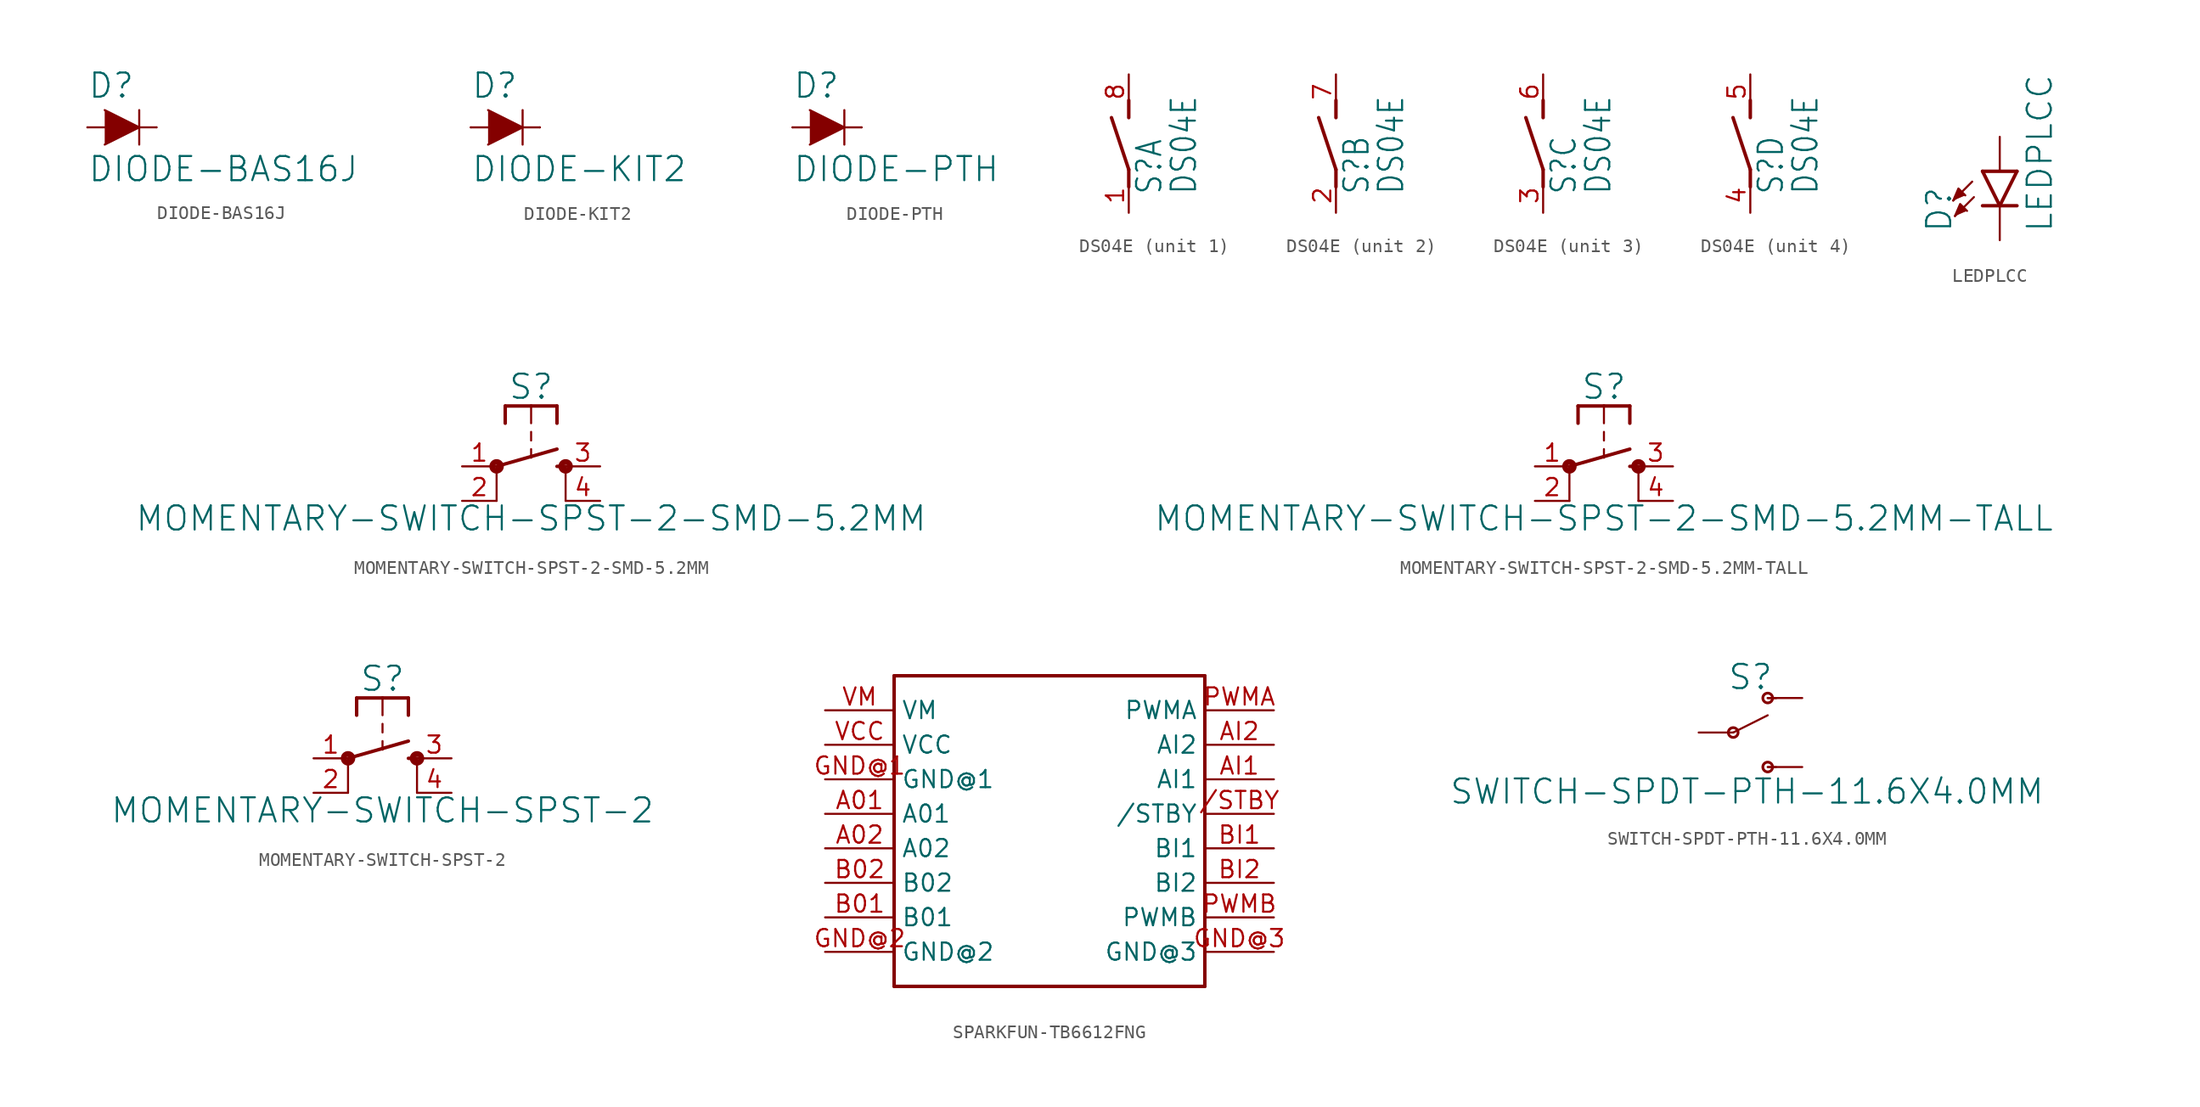
<source format=kicad_sym>
(kicad_symbol_lib
  (version 20211014)
  (generator kicad_symbol_editor)
  (symbol "DIODE-BAS16J"
    (property "Reference" "D"
      (at -2.54 2.032 0)
      (effects (font (size 1.778 1.778)) (justify left bottom)))
    (property "Value" "DIODE-BAS16J"
      (at -2.54 -2.032 0)
      (effects (font (size 1.778 1.778)) (justify left top)))
    (property "ki_locked" ""
      (at 0 0 0)
      (effects (font (size 1.27 1.27))))
    (symbol "DIODE-BAS16J_1_0"
      (polyline (pts (xy -2.54 0) (xy -1.27 0)) (stroke (width 0.152) (type default) (color 0 0 0 0)) (fill (type none)))
      (polyline (pts (xy 1.27 0) (xy 1.27 -1.27)) (stroke (width 0.152) (type default) (color 0 0 0 0)) (fill (type none)))
      (polyline (pts (xy 1.27 1.27) (xy 1.27 0)) (stroke (width 0.152) (type default) (color 0 0 0 0)) (fill (type none)))
      (polyline (pts (xy 2.54 0) (xy 1.27 0)) (stroke (width 0.152) (type default) (color 0 0 0 0)) (fill (type none)))
      (polyline (pts (xy -1.27 1.27) (xy 1.27 0) (xy -1.27 -1.27)) (stroke (width 0) (type default) (color 0 0 0 0)) (fill (type outline)))
      (pin passive line (at -2.54 0 0) (length 0) (name "A" (effects (font (size 0 0)))) (number "A" (effects (font (size 0 0)))))
      (pin passive line (at 2.54 0 180) (length 0) (name "C" (effects (font (size 0 0)))) (number "C" (effects (font (size 0 0)))))))
  (symbol "DIODE-KIT2"
    (property "Reference" "D"
      (at -2.54 2.032 0)
      (effects (font (size 1.778 1.778)) (justify left bottom)))
    (property "Value" "DIODE-KIT2"
      (at -2.54 -2.032 0)
      (effects (font (size 1.778 1.778)) (justify left top)))
    (property "ki_locked" ""
      (at 0 0 0)
      (effects (font (size 1.27 1.27))))
    (symbol "DIODE-KIT2_1_0"
      (polyline (pts (xy -2.54 0) (xy -1.27 0)) (stroke (width 0.152) (type default) (color 0 0 0 0)) (fill (type none)))
      (polyline (pts (xy 1.27 0) (xy 1.27 -1.27)) (stroke (width 0.152) (type default) (color 0 0 0 0)) (fill (type none)))
      (polyline (pts (xy 1.27 1.27) (xy 1.27 0)) (stroke (width 0.152) (type default) (color 0 0 0 0)) (fill (type none)))
      (polyline (pts (xy 2.54 0) (xy 1.27 0)) (stroke (width 0.152) (type default) (color 0 0 0 0)) (fill (type none)))
      (polyline (pts (xy -1.27 1.27) (xy 1.27 0) (xy -1.27 -1.27)) (stroke (width 0) (type default) (color 0 0 0 0)) (fill (type outline)))
      (pin passive line (at -2.54 0 0) (length 0) (name "A" (effects (font (size 0 0)))) (number "A" (effects (font (size 0 0)))))
      (pin passive line (at 2.54 0 180) (length 0) (name "C" (effects (font (size 0 0)))) (number "C" (effects (font (size 0 0)))))))
  (symbol "DIODE-PTH"
    (property "Reference" "D"
      (at -2.54 2.032 0)
      (effects (font (size 1.778 1.778)) (justify left bottom)))
    (property "Value" "DIODE-PTH"
      (at -2.54 -2.032 0)
      (effects (font (size 1.778 1.778)) (justify left top)))
    (property "ki_locked" ""
      (at 0 0 0)
      (effects (font (size 1.27 1.27))))
    (symbol "DIODE-PTH_1_0"
      (polyline (pts (xy -2.54 0) (xy -1.27 0)) (stroke (width 0.152) (type default) (color 0 0 0 0)) (fill (type none)))
      (polyline (pts (xy 1.27 0) (xy 1.27 -1.27)) (stroke (width 0.152) (type default) (color 0 0 0 0)) (fill (type none)))
      (polyline (pts (xy 1.27 1.27) (xy 1.27 0)) (stroke (width 0.152) (type default) (color 0 0 0 0)) (fill (type none)))
      (polyline (pts (xy 2.54 0) (xy 1.27 0)) (stroke (width 0.152) (type default) (color 0 0 0 0)) (fill (type none)))
      (polyline (pts (xy -1.27 1.27) (xy 1.27 0) (xy -1.27 -1.27)) (stroke (width 0) (type default) (color 0 0 0 0)) (fill (type outline)))
      (pin passive line (at -2.54 0 0) (length 0) (name "A" (effects (font (size 0 0)))) (number "A" (effects (font (size 0 0)))))
      (pin passive line (at 2.54 0 180) (length 0) (name "C" (effects (font (size 0 0)))) (number "C" (effects (font (size 0 0)))))))
  (symbol "DS04E"
    (property "Reference" "S"
      (at 2.54 -3.81 90)
      (effects (font (size 1.778 1.511)) (justify left bottom)))
    (property "Value" "DS04E"
      (at 5.08 -3.81 90)
      (effects (font (size 1.778 1.511)) (justify left bottom)))
    (property "ki_locked" ""
      (at 0 0 0)
      (effects (font (size 1.27 1.27))))
    (symbol "DS04E_1_0"
      (polyline (pts (xy 0 -3.175) (xy 0 -1.905)) (stroke (width 0.254) (type default) (color 0 0 0 0)) (fill (type none)))
      (polyline (pts (xy 0 -1.905) (xy -1.27 1.905)) (stroke (width 0.254) (type default) (color 0 0 0 0)) (fill (type none)))
      (polyline (pts (xy 0 1.905) (xy 0 3.175)) (stroke (width 0.254) (type default) (color 0 0 0 0)) (fill (type none)))
      (pin passive line (at 0 -5.08 90) (length 2.54) (name "1" (effects (font (size 0 0)))) (number "1" (effects (font (size 1.27 1.27)))))
      (pin passive line (at 0 5.08 270) (length 2.54) (name "2" (effects (font (size 0 0)))) (number "8" (effects (font (size 1.27 1.27))))))
    (symbol "DS04E_2_0"
      (polyline (pts (xy 0 -3.175) (xy 0 -1.905)) (stroke (width 0.254) (type default) (color 0 0 0 0)) (fill (type none)))
      (polyline (pts (xy 0 -1.905) (xy -1.27 1.905)) (stroke (width 0.254) (type default) (color 0 0 0 0)) (fill (type none)))
      (polyline (pts (xy 0 1.905) (xy 0 3.175)) (stroke (width 0.254) (type default) (color 0 0 0 0)) (fill (type none)))
      (pin passive line (at 0 -5.08 90) (length 2.54) (name "1" (effects (font (size 0 0)))) (number "2" (effects (font (size 1.27 1.27)))))
      (pin passive line (at 0 5.08 270) (length 2.54) (name "2" (effects (font (size 0 0)))) (number "7" (effects (font (size 1.27 1.27))))))
    (symbol "DS04E_3_0"
      (polyline (pts (xy 0 -3.175) (xy 0 -1.905)) (stroke (width 0.254) (type default) (color 0 0 0 0)) (fill (type none)))
      (polyline (pts (xy 0 -1.905) (xy -1.27 1.905)) (stroke (width 0.254) (type default) (color 0 0 0 0)) (fill (type none)))
      (polyline (pts (xy 0 1.905) (xy 0 3.175)) (stroke (width 0.254) (type default) (color 0 0 0 0)) (fill (type none)))
      (pin passive line (at 0 -5.08 90) (length 2.54) (name "1" (effects (font (size 0 0)))) (number "3" (effects (font (size 1.27 1.27)))))
      (pin passive line (at 0 5.08 270) (length 2.54) (name "2" (effects (font (size 0 0)))) (number "6" (effects (font (size 1.27 1.27))))))
    (symbol "DS04E_4_0"
      (polyline (pts (xy 0 -3.175) (xy 0 -1.905)) (stroke (width 0.254) (type default) (color 0 0 0 0)) (fill (type none)))
      (polyline (pts (xy 0 -1.905) (xy -1.27 1.905)) (stroke (width 0.254) (type default) (color 0 0 0 0)) (fill (type none)))
      (polyline (pts (xy 0 1.905) (xy 0 3.175)) (stroke (width 0.254) (type default) (color 0 0 0 0)) (fill (type none)))
      (pin passive line (at 0 -5.08 90) (length 2.54) (name "1" (effects (font (size 0 0)))) (number "4" (effects (font (size 1.27 1.27)))))
      (pin passive line (at 0 5.08 270) (length 2.54) (name "2" (effects (font (size 0 0)))) (number "5" (effects (font (size 1.27 1.27)))))))
  (symbol "LEDPLCC"
    (property "Reference" "D"
      (at -3.429 -4.572 90)
      (effects (font (size 1.778 1.778)) (justify left bottom)))
    (property "Value" "LEDPLCC"
      (at 1.905 -4.572 90)
      (effects (font (size 1.778 1.778)) (justify left top)))
    (property "ki_locked" ""
      (at 0 0 0)
      (effects (font (size 1.27 1.27))))
    (symbol "LEDPLCC_1_0"
      (polyline (pts (xy -2.032 -0.762) (xy -3.429 -2.159)) (stroke (width 0.152) (type default) (color 0 0 0 0)) (fill (type none)))
      (polyline (pts (xy -1.905 -1.905) (xy -3.302 -3.302)) (stroke (width 0.152) (type default) (color 0 0 0 0)) (fill (type none)))
      (polyline (pts (xy 0 -2.54) (xy -1.27 -2.54)) (stroke (width 0.254) (type default) (color 0 0 0 0)) (fill (type none)))
      (polyline (pts (xy 0 -2.54) (xy -1.27 0)) (stroke (width 0.254) (type default) (color 0 0 0 0)) (fill (type none)))
      (polyline (pts (xy 1.27 -2.54) (xy 0 -2.54)) (stroke (width 0.254) (type default) (color 0 0 0 0)) (fill (type none)))
      (polyline (pts (xy 1.27 0) (xy -1.27 0)) (stroke (width 0.254) (type default) (color 0 0 0 0)) (fill (type none)))
      (polyline (pts (xy 1.27 0) (xy 0 -2.54)) (stroke (width 0.254) (type default) (color 0 0 0 0)) (fill (type none)))
      (polyline (pts (xy -3.429 -2.159) (xy -3.048 -1.27) (xy -2.54 -1.778)) (stroke (width 0) (type default) (color 0 0 0 0)) (fill (type outline)))
      (polyline (pts (xy -3.302 -3.302) (xy -2.921 -2.413) (xy -2.413 -2.921)) (stroke (width 0) (type default) (color 0 0 0 0)) (fill (type outline)))
      (pin passive line (at 0 -5.08 90) (length 2.54) (name "C" (effects (font (size 0 0)))) (number "1" (effects (font (size 0 0)))))
      (pin passive line (at 0 2.54 270) (length 2.54) (name "A" (effects (font (size 0 0)))) (number "2" (effects (font (size 0 0)))))))
  (symbol "MOMENTARY-SWITCH-SPST-2-SMD-5.2MM"
    (property "Reference" "S"
      (at 0 4.826 0)
      (effects (font (size 1.778 1.778)) (justify bottom)))
    (property "Value" "MOMENTARY-SWITCH-SPST-2-SMD-5.2MM"
      (at 0 -2.794 0)
      (effects (font (size 1.778 1.778)) (justify top)))
    (property "ki_locked" ""
      (at 0 0 0)
      (effects (font (size 1.27 1.27))))
    (symbol "MOMENTARY-SWITCH-SPST-2-SMD-5.2MM_1_0"
      (circle (center -2.54 0) (radius 0.127) (stroke (width 0.406) (type default) (color 0 0 0 0)) (fill (type none)))
      (polyline (pts (xy -2.54 -2.54) (xy -2.54 0)) (stroke (width 0.152) (type default) (color 0 0 0 0)) (fill (type none)))
      (polyline (pts (xy -2.54 0) (xy 1.905 1.27)) (stroke (width 0.254) (type default) (color 0 0 0 0)) (fill (type none)))
      (polyline (pts (xy -1.905 4.445) (xy -1.905 3.175)) (stroke (width 0.254) (type default) (color 0 0 0 0)) (fill (type none)))
      (polyline (pts (xy 0 1.27) (xy 0 0.635)) (stroke (width 0.152) (type default) (color 0 0 0 0)) (fill (type none)))
      (polyline (pts (xy 0 2.54) (xy 0 1.905)) (stroke (width 0.152) (type default) (color 0 0 0 0)) (fill (type none)))
      (polyline (pts (xy 0 4.445) (xy -1.905 4.445)) (stroke (width 0.254) (type default) (color 0 0 0 0)) (fill (type none)))
      (polyline (pts (xy 0 4.445) (xy 0 3.175)) (stroke (width 0.152) (type default) (color 0 0 0 0)) (fill (type none)))
      (polyline (pts (xy 1.905 0) (xy 2.54 0)) (stroke (width 0.254) (type default) (color 0 0 0 0)) (fill (type none)))
      (polyline (pts (xy 1.905 4.445) (xy 0 4.445)) (stroke (width 0.254) (type default) (color 0 0 0 0)) (fill (type none)))
      (polyline (pts (xy 1.905 4.445) (xy 1.905 3.175)) (stroke (width 0.254) (type default) (color 0 0 0 0)) (fill (type none)))
      (polyline (pts (xy 2.54 -2.54) (xy 2.54 0)) (stroke (width 0.152) (type default) (color 0 0 0 0)) (fill (type none)))
      (circle (center 2.54 0) (radius 0.127) (stroke (width 0.406) (type default) (color 0 0 0 0)) (fill (type none)))
      (pin passive line (at -5.08 0 0) (length 2.54) (name "1" (effects (font (size 0 0)))) (number "1" (effects (font (size 1.27 1.27)))))
      (pin passive line (at -5.08 -2.54 0) (length 2.54) (name "2" (effects (font (size 0 0)))) (number "2" (effects (font (size 1.27 1.27)))))
      (pin passive line (at 5.08 0 180) (length 2.54) (name "3" (effects (font (size 0 0)))) (number "3" (effects (font (size 1.27 1.27)))))
      (pin passive line (at 5.08 -2.54 180) (length 2.54) (name "4" (effects (font (size 0 0)))) (number "4" (effects (font (size 1.27 1.27)))))))
  (symbol "MOMENTARY-SWITCH-SPST-2-SMD-5.2MM-TALL"
    (property "Reference" "S"
      (at 0 4.826 0)
      (effects (font (size 1.778 1.778)) (justify bottom)))
    (property "Value" "MOMENTARY-SWITCH-SPST-2-SMD-5.2MM-TALL"
      (at 0 -2.794 0)
      (effects (font (size 1.778 1.778)) (justify top)))
    (property "ki_locked" ""
      (at 0 0 0)
      (effects (font (size 1.27 1.27))))
    (symbol "MOMENTARY-SWITCH-SPST-2-SMD-5.2MM-TALL_1_0"
      (circle (center -2.54 0) (radius 0.127) (stroke (width 0.406) (type default) (color 0 0 0 0)) (fill (type none)))
      (polyline (pts (xy -2.54 -2.54) (xy -2.54 0)) (stroke (width 0.152) (type default) (color 0 0 0 0)) (fill (type none)))
      (polyline (pts (xy -2.54 0) (xy 1.905 1.27)) (stroke (width 0.254) (type default) (color 0 0 0 0)) (fill (type none)))
      (polyline (pts (xy -1.905 4.445) (xy -1.905 3.175)) (stroke (width 0.254) (type default) (color 0 0 0 0)) (fill (type none)))
      (polyline (pts (xy 0 1.27) (xy 0 0.635)) (stroke (width 0.152) (type default) (color 0 0 0 0)) (fill (type none)))
      (polyline (pts (xy 0 2.54) (xy 0 1.905)) (stroke (width 0.152) (type default) (color 0 0 0 0)) (fill (type none)))
      (polyline (pts (xy 0 4.445) (xy -1.905 4.445)) (stroke (width 0.254) (type default) (color 0 0 0 0)) (fill (type none)))
      (polyline (pts (xy 0 4.445) (xy 0 3.175)) (stroke (width 0.152) (type default) (color 0 0 0 0)) (fill (type none)))
      (polyline (pts (xy 1.905 0) (xy 2.54 0)) (stroke (width 0.254) (type default) (color 0 0 0 0)) (fill (type none)))
      (polyline (pts (xy 1.905 4.445) (xy 0 4.445)) (stroke (width 0.254) (type default) (color 0 0 0 0)) (fill (type none)))
      (polyline (pts (xy 1.905 4.445) (xy 1.905 3.175)) (stroke (width 0.254) (type default) (color 0 0 0 0)) (fill (type none)))
      (polyline (pts (xy 2.54 -2.54) (xy 2.54 0)) (stroke (width 0.152) (type default) (color 0 0 0 0)) (fill (type none)))
      (circle (center 2.54 0) (radius 0.127) (stroke (width 0.406) (type default) (color 0 0 0 0)) (fill (type none)))
      (pin passive line (at -5.08 0 0) (length 2.54) (name "1" (effects (font (size 0 0)))) (number "1" (effects (font (size 1.27 1.27)))))
      (pin passive line (at -5.08 -2.54 0) (length 2.54) (name "2" (effects (font (size 0 0)))) (number "2" (effects (font (size 1.27 1.27)))))
      (pin passive line (at 5.08 0 180) (length 2.54) (name "3" (effects (font (size 0 0)))) (number "3" (effects (font (size 1.27 1.27)))))
      (pin passive line (at 5.08 -2.54 180) (length 2.54) (name "4" (effects (font (size 0 0)))) (number "4" (effects (font (size 1.27 1.27)))))))
  (symbol "MOMENTARY-SWITCH-SPST-2"
    (property "Reference" "S"
      (at 0 4.826 0)
      (effects (font (size 1.778 1.778)) (justify bottom)))
    (property "Value" "MOMENTARY-SWITCH-SPST-2"
      (at 0 -2.794 0)
      (effects (font (size 1.778 1.778)) (justify top)))
    (property "ki_locked" ""
      (at 0 0 0)
      (effects (font (size 1.27 1.27))))
    (symbol "MOMENTARY-SWITCH-SPST-2_1_0"
      (circle (center -2.54 0) (radius 0.127) (stroke (width 0.406) (type default) (color 0 0 0 0)) (fill (type none)))
      (polyline (pts (xy -2.54 -2.54) (xy -2.54 0)) (stroke (width 0.152) (type default) (color 0 0 0 0)) (fill (type none)))
      (polyline (pts (xy -2.54 0) (xy 1.905 1.27)) (stroke (width 0.254) (type default) (color 0 0 0 0)) (fill (type none)))
      (polyline (pts (xy -1.905 4.445) (xy -1.905 3.175)) (stroke (width 0.254) (type default) (color 0 0 0 0)) (fill (type none)))
      (polyline (pts (xy 0 1.27) (xy 0 0.635)) (stroke (width 0.152) (type default) (color 0 0 0 0)) (fill (type none)))
      (polyline (pts (xy 0 2.54) (xy 0 1.905)) (stroke (width 0.152) (type default) (color 0 0 0 0)) (fill (type none)))
      (polyline (pts (xy 0 4.445) (xy -1.905 4.445)) (stroke (width 0.254) (type default) (color 0 0 0 0)) (fill (type none)))
      (polyline (pts (xy 0 4.445) (xy 0 3.175)) (stroke (width 0.152) (type default) (color 0 0 0 0)) (fill (type none)))
      (polyline (pts (xy 1.905 0) (xy 2.54 0)) (stroke (width 0.254) (type default) (color 0 0 0 0)) (fill (type none)))
      (polyline (pts (xy 1.905 4.445) (xy 0 4.445)) (stroke (width 0.254) (type default) (color 0 0 0 0)) (fill (type none)))
      (polyline (pts (xy 1.905 4.445) (xy 1.905 3.175)) (stroke (width 0.254) (type default) (color 0 0 0 0)) (fill (type none)))
      (polyline (pts (xy 2.54 -2.54) (xy 2.54 0)) (stroke (width 0.152) (type default) (color 0 0 0 0)) (fill (type none)))
      (circle (center 2.54 0) (radius 0.127) (stroke (width 0.406) (type default) (color 0 0 0 0)) (fill (type none)))
      (pin passive line (at -5.08 0 0) (length 2.54) (name "1" (effects (font (size 0 0)))) (number "1" (effects (font (size 1.27 1.27)))))
      (pin passive line (at -5.08 -2.54 0) (length 2.54) (name "2" (effects (font (size 0 0)))) (number "2" (effects (font (size 1.27 1.27)))))
      (pin passive line (at 5.08 0 180) (length 2.54) (name "3" (effects (font (size 0 0)))) (number "3" (effects (font (size 1.27 1.27)))))
      (pin passive line (at 5.08 -2.54 180) (length 2.54) (name "4" (effects (font (size 0 0)))) (number "4" (effects (font (size 1.27 1.27)))))))
  (symbol "SPARKFUN-TB6612FNG"
    (property "Reference" ""
      (at 0 0 0)
      (effects (font (size 1.27 1.27)) hide))
    (property "ki_locked" ""
      (at 0 0 0)
      (effects (font (size 1.27 1.27))))
    (symbol "SPARKFUN-TB6612FNG_1_0"
      (polyline (pts (xy -15.24 -7.62) (xy 7.62 -7.62)) (stroke (width 0.254) (type default) (color 0 0 0 0)) (fill (type none)))
      (polyline (pts (xy -15.24 15.24) (xy -15.24 -7.62)) (stroke (width 0.254) (type default) (color 0 0 0 0)) (fill (type none)))
      (polyline (pts (xy 7.62 -7.62) (xy 7.62 15.24)) (stroke (width 0.254) (type default) (color 0 0 0 0)) (fill (type none)))
      (polyline (pts (xy 7.62 15.24) (xy -15.24 15.24)) (stroke (width 0.254) (type default) (color 0 0 0 0)) (fill (type none)))
      (pin bidirectional line (at 12.7 5.08 180) (length 5.08) (name "/STBY" (effects (font (size 1.27 1.27)))) (number "/STBY" (effects (font (size 1.27 1.27)))))
      (pin bidirectional line (at -20.32 5.08 0) (length 5.08) (name "A01" (effects (font (size 1.27 1.27)))) (number "A01" (effects (font (size 1.27 1.27)))))
      (pin bidirectional line (at -20.32 2.54 0) (length 5.08) (name "A02" (effects (font (size 1.27 1.27)))) (number "A02" (effects (font (size 1.27 1.27)))))
      (pin bidirectional line (at 12.7 7.62 180) (length 5.08) (name "AI1" (effects (font (size 1.27 1.27)))) (number "AI1" (effects (font (size 1.27 1.27)))))
      (pin bidirectional line (at 12.7 10.16 180) (length 5.08) (name "AI2" (effects (font (size 1.27 1.27)))) (number "AI2" (effects (font (size 1.27 1.27)))))
      (pin bidirectional line (at -20.32 -2.54 0) (length 5.08) (name "B01" (effects (font (size 1.27 1.27)))) (number "B01" (effects (font (size 1.27 1.27)))))
      (pin bidirectional line (at -20.32 0 0) (length 5.08) (name "B02" (effects (font (size 1.27 1.27)))) (number "B02" (effects (font (size 1.27 1.27)))))
      (pin bidirectional line (at 12.7 2.54 180) (length 5.08) (name "BI1" (effects (font (size 1.27 1.27)))) (number "BI1" (effects (font (size 1.27 1.27)))))
      (pin bidirectional line (at 12.7 0 180) (length 5.08) (name "BI2" (effects (font (size 1.27 1.27)))) (number "BI2" (effects (font (size 1.27 1.27)))))
      (pin bidirectional line (at -20.32 7.62 0) (length 5.08) (name "GND@1" (effects (font (size 1.27 1.27)))) (number "GND@1" (effects (font (size 1.27 1.27)))))
      (pin bidirectional line (at -20.32 -5.08 0) (length 5.08) (name "GND@2" (effects (font (size 1.27 1.27)))) (number "GND@2" (effects (font (size 1.27 1.27)))))
      (pin bidirectional line (at 12.7 -5.08 180) (length 5.08) (name "GND@3" (effects (font (size 1.27 1.27)))) (number "GND@3" (effects (font (size 1.27 1.27)))))
      (pin bidirectional line (at 12.7 12.7 180) (length 5.08) (name "PWMA" (effects (font (size 1.27 1.27)))) (number "PWMA" (effects (font (size 1.27 1.27)))))
      (pin bidirectional line (at 12.7 -2.54 180) (length 5.08) (name "PWMB" (effects (font (size 1.27 1.27)))) (number "PWMB" (effects (font (size 1.27 1.27)))))
      (pin bidirectional line (at -20.32 10.16 0) (length 5.08) (name "VCC" (effects (font (size 1.27 1.27)))) (number "VCC" (effects (font (size 1.27 1.27)))))
      (pin bidirectional line (at -20.32 12.7 0) (length 5.08) (name "VM" (effects (font (size 1.27 1.27)))) (number "VM" (effects (font (size 1.27 1.27)))))))
  (symbol "SWITCH-SPDT-PTH-11.6X4.0MM"
    (property "Reference" "S"
      (at 1.27 3.048 0)
      (effects (font (size 1.778 1.778)) (justify bottom)))
    (property "Value" "SWITCH-SPDT-PTH-11.6X4.0MM"
      (at 1.016 -3.302 0)
      (effects (font (size 1.778 1.778)) (justify top)))
    (property "ki_locked" ""
      (at 0 0 0)
      (effects (font (size 1.27 1.27))))
    (symbol "SWITCH-SPDT-PTH-11.6X4.0MM_1_0"
      (polyline (pts (xy 0 0) (xy 2.54 1.27)) (stroke (width 0.152) (type default) (color 0 0 0 0)) (fill (type none)))
      (polyline (pts (xy 2.54 -2.54) (xy 3.175 -2.54)) (stroke (width 0.127) (type default) (color 0 0 0 0)) (fill (type none)))
      (polyline (pts (xy 2.54 2.54) (xy 3.175 2.54)) (stroke (width 0.152) (type default) (color 0 0 0 0)) (fill (type none)))
      (circle (center 0 0) (radius 0.359) (stroke (width 0.203) (type default) (color 0 0 0 0)) (fill (type none)))
      (circle (center 2.54 -2.54) (radius 0.359) (stroke (width 0.203) (type default) (color 0 0 0 0)) (fill (type none)))
      (circle (center 2.54 2.54) (radius 0.359) (stroke (width 0.203) (type default) (color 0 0 0 0)) (fill (type none)))
      (pin passive line (at 5.08 2.54 180) (length 2.54) (name "O" (effects (font (size 0 0)))) (number "1" (effects (font (size 0 0)))))
      (pin passive line (at -2.54 0 0) (length 2.54) (name "P" (effects (font (size 0 0)))) (number "2" (effects (font (size 0 0)))))
      (pin passive line (at 5.08 -2.54 180) (length 2.54) (name "S" (effects (font (size 0 0)))) (number "3" (effects (font (size 0 0))))))))
</source>
